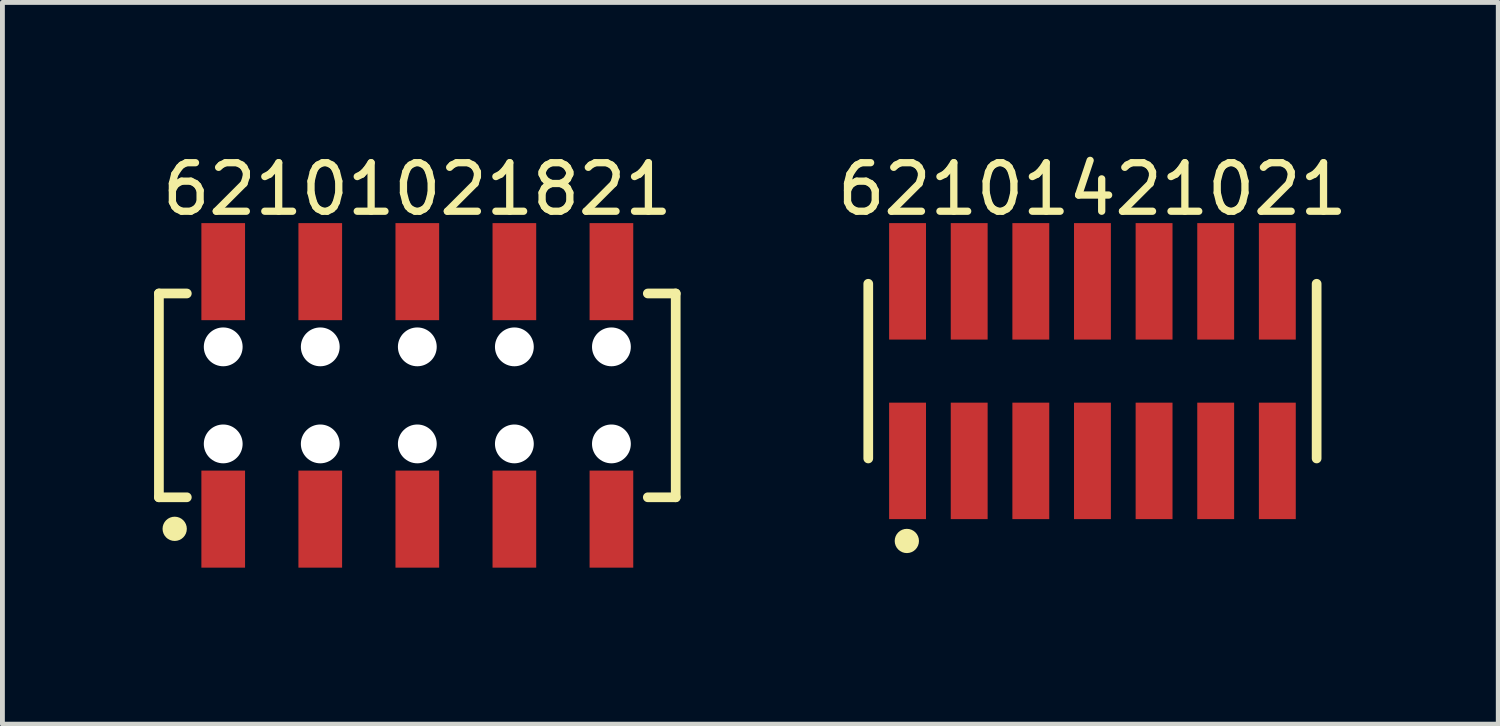
<source format=kicad_pcb>
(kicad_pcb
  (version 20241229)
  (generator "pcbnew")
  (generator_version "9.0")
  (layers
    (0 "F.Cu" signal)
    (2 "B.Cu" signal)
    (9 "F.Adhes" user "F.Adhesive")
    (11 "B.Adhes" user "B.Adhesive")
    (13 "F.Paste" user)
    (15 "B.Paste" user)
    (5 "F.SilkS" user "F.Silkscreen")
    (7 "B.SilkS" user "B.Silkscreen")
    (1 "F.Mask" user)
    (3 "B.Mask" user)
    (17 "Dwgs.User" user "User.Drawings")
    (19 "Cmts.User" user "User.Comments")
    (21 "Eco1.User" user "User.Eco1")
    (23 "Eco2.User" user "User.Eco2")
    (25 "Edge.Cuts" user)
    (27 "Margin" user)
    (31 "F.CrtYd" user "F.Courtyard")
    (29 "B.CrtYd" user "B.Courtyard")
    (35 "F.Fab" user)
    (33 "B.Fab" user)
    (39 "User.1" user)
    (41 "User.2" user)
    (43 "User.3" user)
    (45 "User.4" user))
  (footprint "62101421021"
    (layer "F.Cu")
    (at 19.463 4.598)
    (property "Reference" "62101421021" (at 0 -3.75 0) (layer "F.SilkS") (effects (font (size 1 1) (thickness 0.15))))
    (fp_line (start -4.62 1.8) (end -4.62 -1.8) (stroke (width 0.2) (type solid)) (layer "F.SilkS"))
    (fp_line (start 4.62 1.8) (end 4.62 -1.8) (stroke (width 0.2) (type solid)) (layer "F.SilkS"))
    (fp_circle (center -3.825 3.5) (end -3.825 3.375) (stroke (width 0.25) (type solid)) (fill no) (layer "F.SilkS"))
    (fp_line (start -4.82 -3.25) (end 4.82 -3.25) (stroke (width 0.05) (type solid)) (layer "Eco2.User"))
    (fp_line (start -4.82 3.25) (end -4.82 -3.25) (stroke (width 0.05) (type solid)) (layer "Eco2.User"))
    (fp_line (start -4.82 3.25) (end 4.82 3.25) (stroke (width 0.05) (type solid)) (layer "Eco2.User"))
    (fp_line (start -4.445 -1.7) (end 4.445 -1.7) (stroke (width 0.1) (type solid)) (layer "Eco2.User"))
    (fp_line (start -4.445 1.7) (end -4.445 -1.7) (stroke (width 0.1) (type solid)) (layer "Eco2.User"))
    (fp_line (start -4.445 1.7) (end 4.445 1.7) (stroke (width 0.1) (type solid)) (layer "Eco2.User"))
    (fp_line (start -4.01 -2.5) (end -3.61 -2.5) (stroke (width 0.1) (type solid)) (layer "Eco2.User"))
    (fp_line (start -4.01 -1.7) (end -4.01 -2.5) (stroke (width 0.1) (type solid)) (layer "Eco2.User"))
    (fp_line (start -4.01 2.5) (end -4.01 1.7) (stroke (width 0.1) (type solid)) (layer "Eco2.User"))
    (fp_line (start -4.01 2.5) (end -3.61 2.5) (stroke (width 0.1) (type solid)) (layer "Eco2.User"))
    (fp_line (start -3.61 -1.7) (end -3.61 -2.5) (stroke (width 0.1) (type solid)) (layer "Eco2.User"))
    (fp_line (start -3.61 2.5) (end -3.61 1.7) (stroke (width 0.1) (type solid)) (layer "Eco2.User"))
    (fp_line (start -2.74 -2.5) (end -2.34 -2.5) (stroke (width 0.1) (type solid)) (layer "Eco2.User"))
    (fp_line (start -2.74 -1.7) (end -2.74 -2.5) (stroke (width 0.1) (type solid)) (layer "Eco2.User"))
    (fp_line (start -2.74 2.5) (end -2.74 1.7) (stroke (width 0.1) (type solid)) (layer "Eco2.User"))
    (fp_line (start -2.74 2.5) (end -2.34 2.5) (stroke (width 0.1) (type solid)) (layer "Eco2.User"))
    (fp_line (start -2.34 -1.7) (end -2.34 -2.5) (stroke (width 0.1) (type solid)) (layer "Eco2.User"))
    (fp_line (start -2.34 2.5) (end -2.34 1.7) (stroke (width 0.1) (type solid)) (layer "Eco2.User"))
    (fp_line (start -1.47 -2.5) (end -1.07 -2.5) (stroke (width 0.1) (type solid)) (layer "Eco2.User"))
    (fp_line (start -1.47 -1.7) (end -1.47 -2.5) (stroke (width 0.1) (type solid)) (layer "Eco2.User"))
    (fp_line (start -1.47 2.5) (end -1.47 1.7) (stroke (width 0.1) (type solid)) (layer "Eco2.User"))
    (fp_line (start -1.47 2.5) (end -1.07 2.5) (stroke (width 0.1) (type solid)) (layer "Eco2.User"))
    (fp_line (start -1.07 -1.7) (end -1.07 -2.5) (stroke (width 0.1) (type solid)) (layer "Eco2.User"))
    (fp_line (start -1.07 2.5) (end -1.07 1.7) (stroke (width 0.1) (type solid)) (layer "Eco2.User"))
    (fp_line (start -0.5 0) (end 0.5 0) (stroke (width 0.05) (type solid)) (layer "Eco2.User"))
    (fp_line (start -0.2 -2.5) (end 0.2 -2.5) (stroke (width 0.1) (type solid)) (layer "Eco2.User"))
    (fp_line (start -0.2 -1.7) (end -0.2 -2.5) (stroke (width 0.1) (type solid)) (layer "Eco2.User"))
    (fp_line (start -0.2 2.5) (end -0.2 1.7) (stroke (width 0.1) (type solid)) (layer "Eco2.User"))
    (fp_line (start -0.2 2.5) (end 0.2 2.5) (stroke (width 0.1) (type solid)) (layer "Eco2.User"))
    (fp_line (start 0 0.5) (end 0 -0.5) (stroke (width 0.05) (type solid)) (layer "Eco2.User"))
    (fp_line (start 0.2 -1.7) (end 0.2 -2.5) (stroke (width 0.1) (type solid)) (layer "Eco2.User"))
    (fp_line (start 0.2 2.5) (end 0.2 1.7) (stroke (width 0.1) (type solid)) (layer "Eco2.User"))
    (fp_line (start 1.07 -2.5) (end 1.47 -2.5) (stroke (width 0.1) (type solid)) (layer "Eco2.User"))
    (fp_line (start 1.07 -1.7) (end 1.07 -2.5) (stroke (width 0.1) (type solid)) (layer "Eco2.User"))
    (fp_line (start 1.07 2.5) (end 1.07 1.7) (stroke (width 0.1) (type solid)) (layer "Eco2.User"))
    (fp_line (start 1.07 2.5) (end 1.47 2.5) (stroke (width 0.1) (type solid)) (layer "Eco2.User"))
    (fp_line (start 1.47 -1.7) (end 1.47 -2.5) (stroke (width 0.1) (type solid)) (layer "Eco2.User"))
    (fp_line (start 1.47 2.5) (end 1.47 1.7) (stroke (width 0.1) (type solid)) (layer "Eco2.User"))
    (fp_line (start 2.34 -2.5) (end 2.74 -2.5) (stroke (width 0.1) (type solid)) (layer "Eco2.User"))
    (fp_line (start 2.34 -1.7) (end 2.34 -2.5) (stroke (width 0.1) (type solid)) (layer "Eco2.User"))
    (fp_line (start 2.34 2.5) (end 2.34 1.7) (stroke (width 0.1) (type solid)) (layer "Eco2.User"))
    (fp_line (start 2.34 2.5) (end 2.74 2.5) (stroke (width 0.1) (type solid)) (layer "Eco2.User"))
    (fp_line (start 2.74 -1.7) (end 2.74 -2.5) (stroke (width 0.1) (type solid)) (layer "Eco2.User"))
    (fp_line (start 2.74 2.5) (end 2.74 1.7) (stroke (width 0.1) (type solid)) (layer "Eco2.User"))
    (fp_line (start 3.61 -2.5) (end 4.01 -2.5) (stroke (width 0.1) (type solid)) (layer "Eco2.User"))
    (fp_line (start 3.61 -1.7) (end 3.61 -2.5) (stroke (width 0.1) (type solid)) (layer "Eco2.User"))
    (fp_line (start 3.61 2.5) (end 3.61 1.7) (stroke (width 0.1) (type solid)) (layer "Eco2.User"))
    (fp_line (start 3.61 2.5) (end 4.01 2.5) (stroke (width 0.1) (type solid)) (layer "Eco2.User"))
    (fp_line (start 4.01 -1.7) (end 4.01 -2.5) (stroke (width 0.1) (type solid)) (layer "Eco2.User"))
    (fp_line (start 4.01 2.5) (end 4.01 1.7) (stroke (width 0.1) (type solid)) (layer "Eco2.User"))
    (fp_line (start 4.445 1.7) (end 4.445 -1.7) (stroke (width 0.1) (type solid)) (layer "Eco2.User"))
    (fp_line (start 4.82 3.25) (end 4.82 -3.25) (stroke (width 0.05) (type solid)) (layer "Eco2.User"))
    (fp_text user "${REFERENCE}" (at 0.07 -0.092 0) (unlocked yes) (layer "User.3") (effects (font (size 0.7 0.7) (thickness 0.07))))
    (pad "1" smd rect (at -3.81 1.85) (size 0.76 2.4) (layers "F.Cu" "F.Mask" "F.Paste"))
    (pad "2" smd rect (at -3.81 -1.85) (size 0.76 2.4) (layers "F.Cu" "F.Mask" "F.Paste"))
    (pad "3" smd rect (at -2.54 1.85) (size 0.76 2.4) (layers "F.Cu" "F.Mask" "F.Paste"))
    (pad "4" smd rect (at -2.54 -1.85) (size 0.76 2.4) (layers "F.Cu" "F.Mask" "F.Paste"))
    (pad "5" smd rect (at -1.27 1.85) (size 0.76 2.4) (layers "F.Cu" "F.Mask" "F.Paste"))
    (pad "6" smd rect (at -1.27 -1.85) (size 0.76 2.4) (layers "F.Cu" "F.Mask" "F.Paste"))
    (pad "7" smd rect (at 0 1.85) (size 0.76 2.4) (layers "F.Cu" "F.Mask" "F.Paste"))
    (pad "8" smd rect (at 0 -1.85) (size 0.76 2.4) (layers "F.Cu" "F.Mask" "F.Paste"))
    (pad "9" smd rect (at 1.27 1.85) (size 0.76 2.4) (layers "F.Cu" "F.Mask" "F.Paste"))
    (pad "10" smd rect (at 1.27 -1.85) (size 0.76 2.4) (layers "F.Cu" "F.Mask" "F.Paste"))
    (pad "11" smd rect (at 2.54 1.85) (size 0.76 2.4) (layers "F.Cu" "F.Mask" "F.Paste"))
    (pad "12" smd rect (at 2.54 -1.85) (size 0.76 2.4) (layers "F.Cu" "F.Mask" "F.Paste"))
    (pad "13" smd rect (at 3.81 1.85) (size 0.76 2.4) (layers "F.Cu" "F.Mask" "F.Paste"))
    (pad "14" smd rect (at 3.81 -1.85) (size 0.76 2.4) (layers "F.Cu" "F.Mask" "F.Paste")))
  (footprint "62101021821"
    (layer "F.Cu")
    (at 5.55 5.098)
    (property "Reference" "62101021821" (at 0 -4.25 0) (layer "F.SilkS") (effects (font (size 1 1) (thickness 0.15))))
    (fp_line (start -5.325 -2.1) (end -4.75 -2.1) (stroke (width 0.2) (type solid)) (layer "F.SilkS"))
    (fp_line (start -5.325 2.1) (end -5.325 -2.1) (stroke (width 0.2) (type solid)) (layer "F.SilkS"))
    (fp_line (start -5.325 2.1) (end -4.75 2.1) (stroke (width 0.2) (type solid)) (layer "F.SilkS"))
    (fp_line (start 4.75 -2.1) (end 5.325 -2.1) (stroke (width 0.2) (type solid)) (layer "F.SilkS"))
    (fp_line (start 4.75 2.1) (end 5.325 2.1) (stroke (width 0.2) (type solid)) (layer "F.SilkS"))
    (fp_line (start 5.325 2.1) (end 5.325 -2.1) (stroke (width 0.2) (type solid)) (layer "F.SilkS"))
    (fp_circle (center -5 2.75) (end -5 2.625) (stroke (width 0.25) (type solid)) (fill no) (layer "F.SilkS"))
    (fp_line (start -5.525 -3.75) (end 5.525 -3.75) (stroke (width 0.05) (type solid)) (layer "Eco2.User"))
    (fp_line (start -5.525 3.75) (end -5.525 -3.75) (stroke (width 0.05) (type solid)) (layer "Eco2.User"))
    (fp_line (start -5.525 3.75) (end 5.525 3.75) (stroke (width 0.05) (type solid)) (layer "Eco2.User"))
    (fp_line (start -5.15 -2) (end 5.15 -2) (stroke (width 0.1) (type solid)) (layer "Eco2.User"))
    (fp_line (start -5.15 2) (end -5.15 -2) (stroke (width 0.1) (type solid)) (layer "Eco2.User"))
    (fp_line (start -5.15 2) (end 5.15 2) (stroke (width 0.1) (type solid)) (layer "Eco2.User"))
    (fp_line (start -4.25 -3) (end -3.75 -3) (stroke (width 0.1) (type solid)) (layer "Eco2.User"))
    (fp_line (start -4.25 -2) (end -4.25 -3) (stroke (width 0.1) (type solid)) (layer "Eco2.User"))
    (fp_line (start -4.25 3) (end -4.25 2) (stroke (width 0.1) (type solid)) (layer "Eco2.User"))
    (fp_line (start -4.25 3) (end -3.75 3) (stroke (width 0.1) (type solid)) (layer "Eco2.User"))
    (fp_line (start -3.75 -2) (end -3.75 -3) (stroke (width 0.1) (type solid)) (layer "Eco2.User"))
    (fp_line (start -3.75 3) (end -3.75 2) (stroke (width 0.1) (type solid)) (layer "Eco2.User"))
    (fp_line (start -2.25 -3) (end -1.75 -3) (stroke (width 0.1) (type solid)) (layer "Eco2.User"))
    (fp_line (start -2.25 -2) (end -2.25 -3) (stroke (width 0.1) (type solid)) (layer "Eco2.User"))
    (fp_line (start -2.25 3) (end -2.25 2) (stroke (width 0.1) (type solid)) (layer "Eco2.User"))
    (fp_line (start -2.25 3) (end -1.75 3) (stroke (width 0.1) (type solid)) (layer "Eco2.User"))
    (fp_line (start -1.75 -2) (end -1.75 -3) (stroke (width 0.1) (type solid)) (layer "Eco2.User"))
    (fp_line (start -1.75 3) (end -1.75 2) (stroke (width 0.1) (type solid)) (layer "Eco2.User"))
    (fp_line (start -0.5 0) (end 0.5 0) (stroke (width 0.05) (type solid)) (layer "Eco2.User"))
    (fp_line (start -0.25 -3) (end 0.25 -3) (stroke (width 0.1) (type solid)) (layer "Eco2.User"))
    (fp_line (start -0.25 -2) (end -0.25 -3) (stroke (width 0.1) (type solid)) (layer "Eco2.User"))
    (fp_line (start -0.25 3) (end -0.25 2) (stroke (width 0.1) (type solid)) (layer "Eco2.User"))
    (fp_line (start -0.25 3) (end 0.25 3) (stroke (width 0.1) (type solid)) (layer "Eco2.User"))
    (fp_line (start 0 0.5) (end 0 -0.5) (stroke (width 0.05) (type solid)) (layer "Eco2.User"))
    (fp_line (start 0.25 -2) (end 0.25 -3) (stroke (width 0.1) (type solid)) (layer "Eco2.User"))
    (fp_line (start 0.25 3) (end 0.25 2) (stroke (width 0.1) (type solid)) (layer "Eco2.User"))
    (fp_line (start 1.75 -3) (end 2.25 -3) (stroke (width 0.1) (type solid)) (layer "Eco2.User"))
    (fp_line (start 1.75 -2) (end 1.75 -3) (stroke (width 0.1) (type solid)) (layer "Eco2.User"))
    (fp_line (start 1.75 3) (end 1.75 2) (stroke (width 0.1) (type solid)) (layer "Eco2.User"))
    (fp_line (start 1.75 3) (end 2.25 3) (stroke (width 0.1) (type solid)) (layer "Eco2.User"))
    (fp_line (start 2.25 -2) (end 2.25 -3) (stroke (width 0.1) (type solid)) (layer "Eco2.User"))
    (fp_line (start 2.25 3) (end 2.25 2) (stroke (width 0.1) (type solid)) (layer "Eco2.User"))
    (fp_line (start 3.75 -3) (end 4.25 -3) (stroke (width 0.1) (type solid)) (layer "Eco2.User"))
    (fp_line (start 3.75 -2) (end 3.75 -3) (stroke (width 0.1) (type solid)) (layer "Eco2.User"))
    (fp_line (start 3.75 3) (end 3.75 2) (stroke (width 0.1) (type solid)) (layer "Eco2.User"))
    (fp_line (start 3.75 3) (end 4.25 3) (stroke (width 0.1) (type solid)) (layer "Eco2.User"))
    (fp_line (start 4.25 -2) (end 4.25 -3) (stroke (width 0.1) (type solid)) (layer "Eco2.User"))
    (fp_line (start 4.25 3) (end 4.25 2) (stroke (width 0.1) (type solid)) (layer "Eco2.User"))
    (fp_line (start 5.15 2) (end 5.15 -2) (stroke (width 0.1) (type solid)) (layer "Eco2.User"))
    (fp_line (start 5.525 3.75) (end 5.525 -3.75) (stroke (width 0.05) (type solid)) (layer "Eco2.User"))
    (fp_text user "${REFERENCE}" (at 0.1 -0.131 0) (unlocked yes) (layer "User.3") (effects (font (size 1 1) (thickness 0.1))))
    (pad "" np_thru_hole circle (at -4 -1) (size 0.8 0.8) (drill 0.8) (layers "*.Cu" "*.Mask"))
    (pad "" np_thru_hole circle (at -4 1) (size 0.8 0.8) (drill 0.8) (layers "*.Cu" "*.Mask"))
    (pad "" np_thru_hole circle (at -2 -1) (size 0.8 0.8) (drill 0.8) (layers "*.Cu" "*.Mask"))
    (pad "" np_thru_hole circle (at -2 1) (size 0.8 0.8) (drill 0.8) (layers "*.Cu" "*.Mask"))
    (pad "" np_thru_hole circle (at 0 -1) (size 0.8 0.8) (drill 0.8) (layers "*.Cu" "*.Mask"))
    (pad "" np_thru_hole circle (at 0 1) (size 0.8 0.8) (drill 0.8) (layers "*.Cu" "*.Mask"))
    (pad "" np_thru_hole circle (at 2 -1) (size 0.8 0.8) (drill 0.8) (layers "*.Cu" "*.Mask"))
    (pad "" np_thru_hole circle (at 2 1) (size 0.8 0.8) (drill 0.8) (layers "*.Cu" "*.Mask"))
    (pad "" np_thru_hole circle (at 4 -1) (size 0.8 0.8) (drill 0.8) (layers "*.Cu" "*.Mask"))
    (pad "" np_thru_hole circle (at 4 1) (size 0.8 0.8) (drill 0.8) (layers "*.Cu" "*.Mask"))
    (pad "1" smd rect (at -4 2.55) (size 0.9 2) (layers "F.Cu" "F.Mask" "F.Paste"))
    (pad "2" smd rect (at -4 -2.55) (size 0.9 2) (layers "F.Cu" "F.Mask" "F.Paste"))
    (pad "3" smd rect (at -2 2.55) (size 0.9 2) (layers "F.Cu" "F.Mask" "F.Paste"))
    (pad "4" smd rect (at -2 -2.55) (size 0.9 2) (layers "F.Cu" "F.Mask" "F.Paste"))
    (pad "5" smd rect (at 0 2.55) (size 0.9 2) (layers "F.Cu" "F.Mask" "F.Paste"))
    (pad "6" smd rect (at 0 -2.55) (size 0.9 2) (layers "F.Cu" "F.Mask" "F.Paste"))
    (pad "7" smd rect (at 2 2.55) (size 0.9 2) (layers "F.Cu" "F.Mask" "F.Paste"))
    (pad "8" smd rect (at 2 -2.55) (size 0.9 2) (layers "F.Cu" "F.Mask" "F.Paste"))
    (pad "9" smd rect (at 4 2.55) (size 0.9 2) (layers "F.Cu" "F.Mask" "F.Paste"))
    (pad "10" smd rect (at 4 -2.55) (size 0.9 2) (layers "F.Cu" "F.Mask" "F.Paste")))
  (gr_rect
    (start -3 -3)
    (end 27.826 11.873)
    (stroke (width 0.1) (type default))
    (fill no)
    (layer "Edge.Cuts")))
</source>
